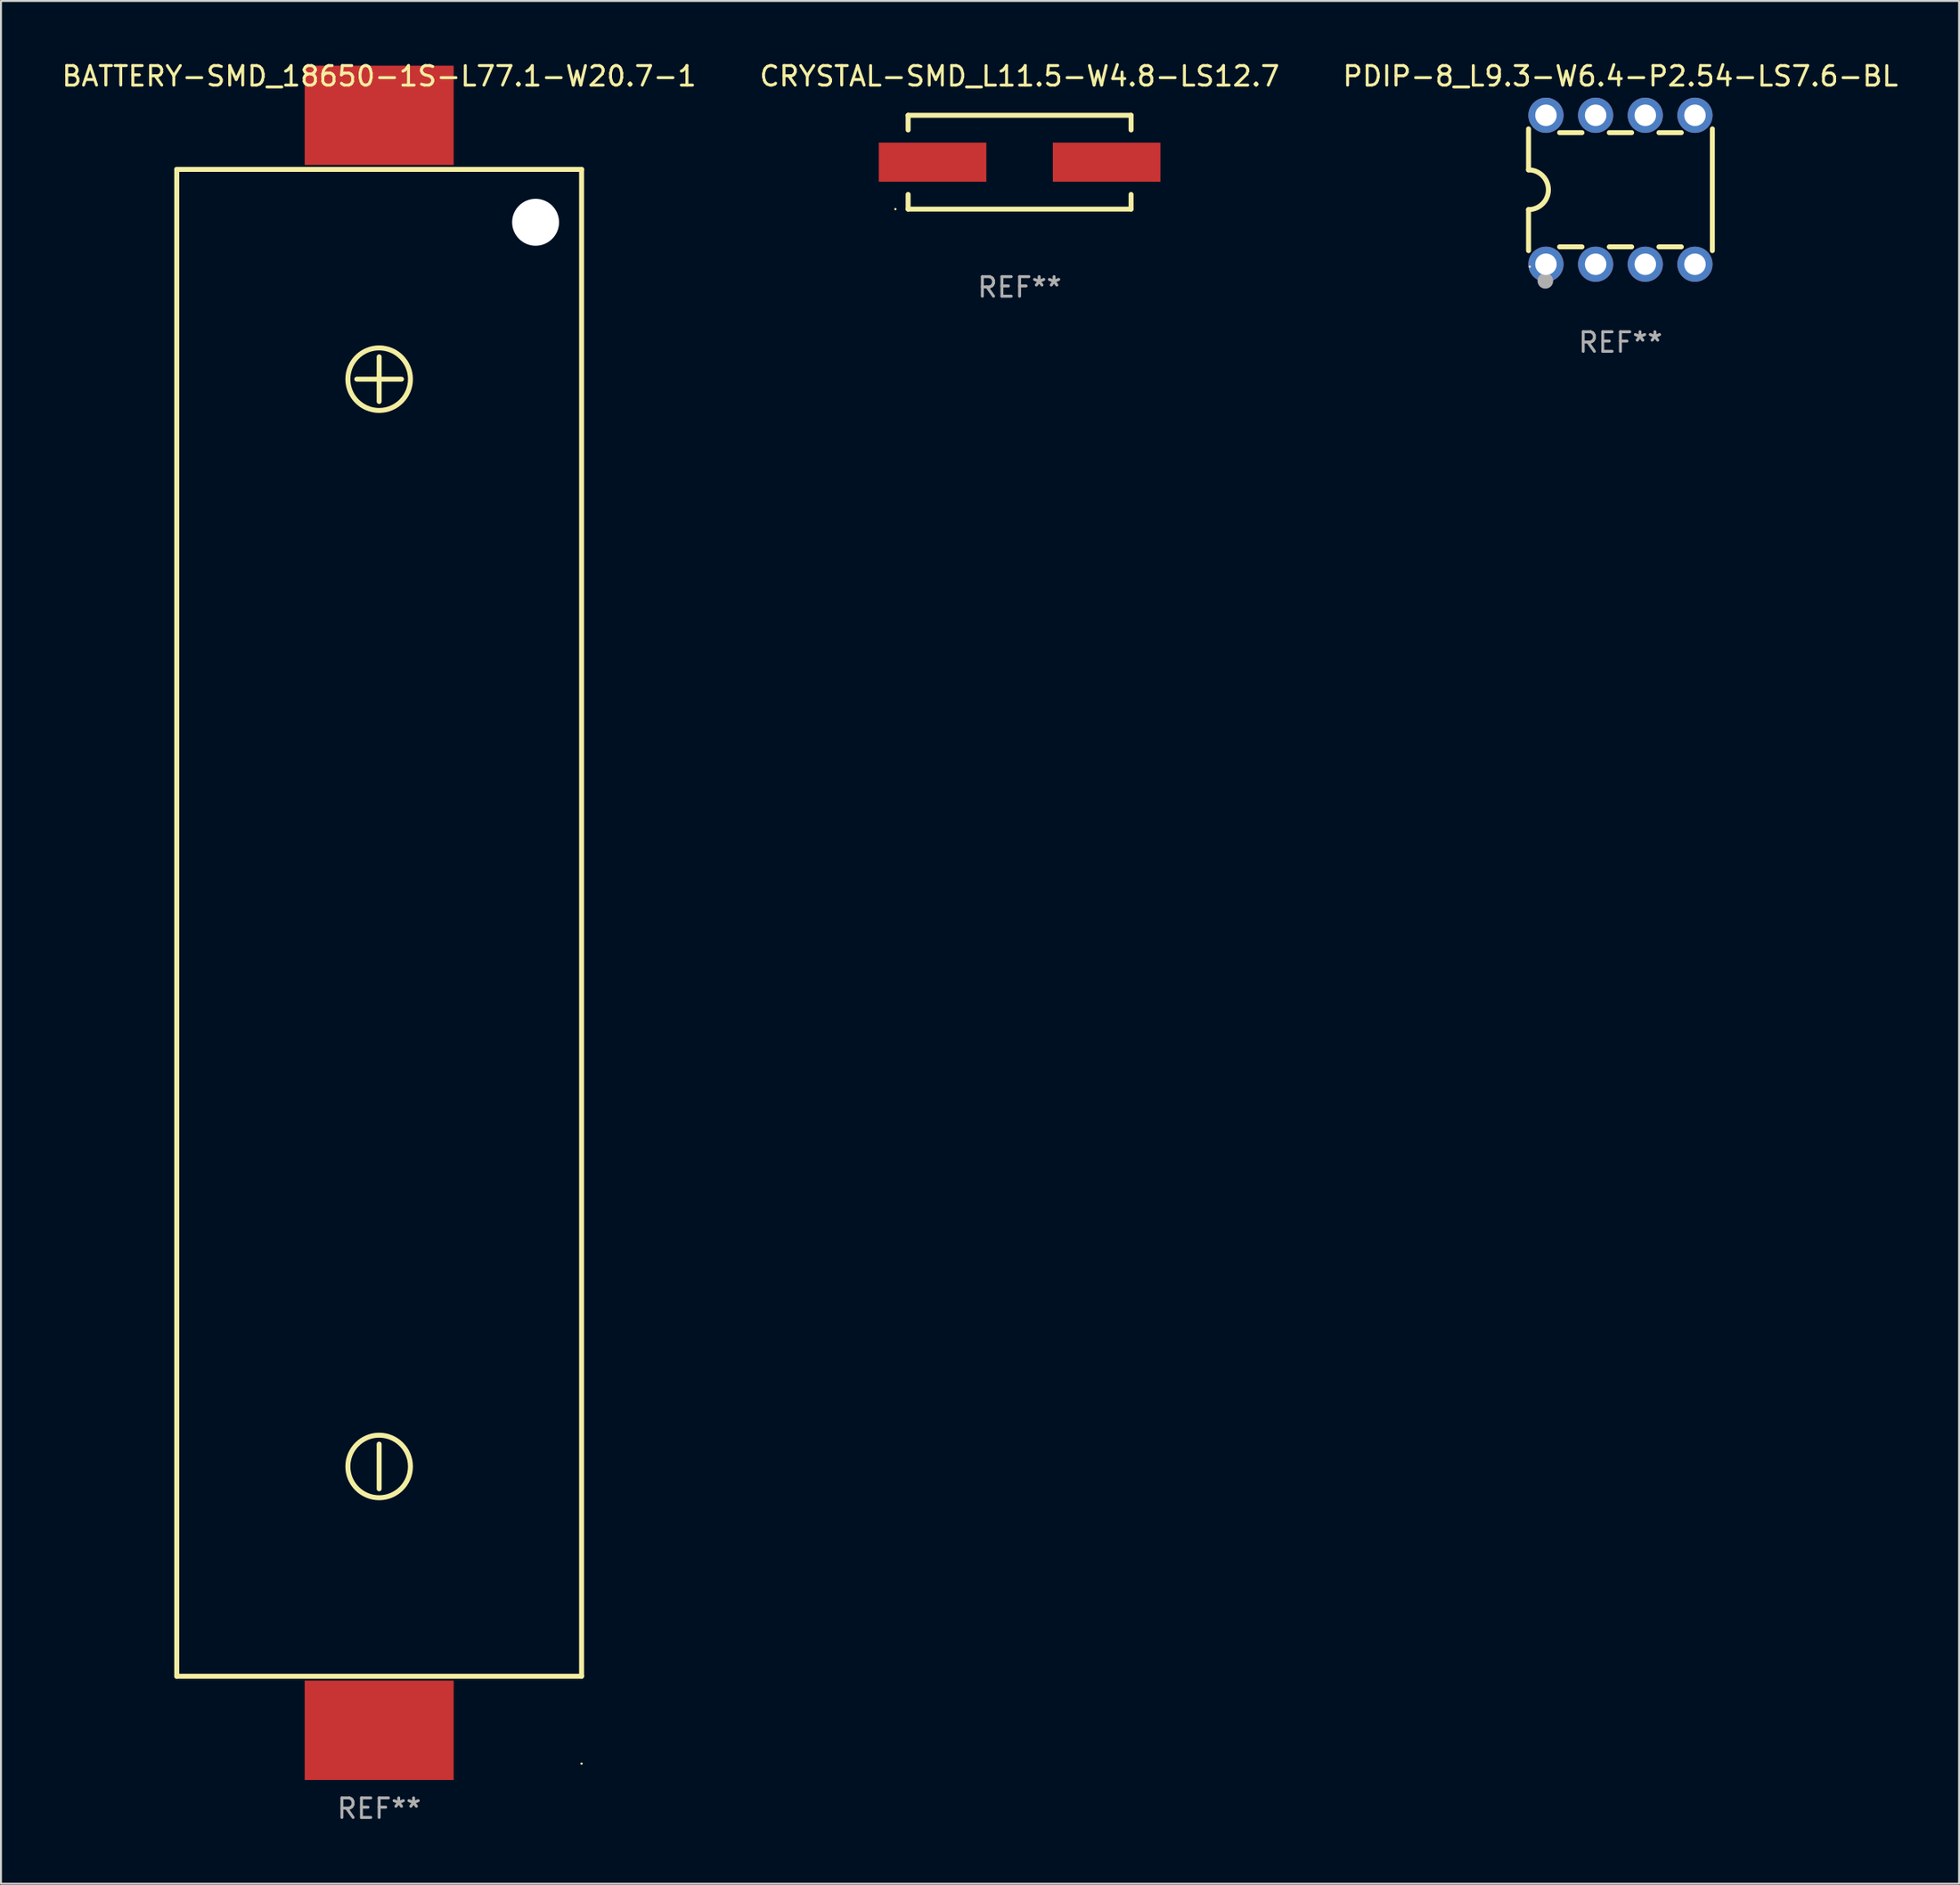
<source format=kicad_pcb>
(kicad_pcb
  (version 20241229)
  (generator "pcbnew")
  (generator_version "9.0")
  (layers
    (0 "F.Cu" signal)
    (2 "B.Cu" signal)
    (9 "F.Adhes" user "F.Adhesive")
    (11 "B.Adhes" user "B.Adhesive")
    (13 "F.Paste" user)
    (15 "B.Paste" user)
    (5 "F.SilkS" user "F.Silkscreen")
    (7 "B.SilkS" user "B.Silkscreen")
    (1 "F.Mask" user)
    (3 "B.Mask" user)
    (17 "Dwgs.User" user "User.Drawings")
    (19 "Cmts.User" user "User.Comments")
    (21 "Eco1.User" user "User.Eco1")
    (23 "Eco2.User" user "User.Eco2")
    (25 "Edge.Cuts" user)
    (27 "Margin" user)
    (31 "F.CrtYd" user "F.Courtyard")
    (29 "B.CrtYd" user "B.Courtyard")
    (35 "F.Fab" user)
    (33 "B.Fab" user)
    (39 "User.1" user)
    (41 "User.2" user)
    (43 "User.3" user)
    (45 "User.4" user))
  (footprint "BATTERY-SMD_18650-1S-L77.1-W20.7-1"
    (layer "F.Cu")
    (at 16.339 44.161)
    (property "Reference" "BATTERY-SMD_18650-1S-L77.1-W20.7-1" (at 0 -43.313 0) (layer "F.SilkS") (effects (font (size 1 1) (thickness 0.15))))
    (attr through_hole)
    (fp_line (start -10.351 -38.545) (end -10.351 38.545) (stroke (width 0.254) (type solid)) (layer "F.SilkS"))
    (fp_line (start -10.351 38.545) (end 10.351 38.545) (stroke (width 0.254) (type solid)) (layer "F.SilkS"))
    (fp_line (start 0 -28.956) (end 0 -26.67) (stroke (width 0.254) (type solid)) (layer "F.SilkS"))
    (fp_line (start 0 26.67) (end 0 28.956) (stroke (width 0.254) (type solid)) (layer "F.SilkS"))
    (fp_line (start 1.143 -27.813) (end -1.143 -27.813) (stroke (width 0.254) (type solid)) (layer "F.SilkS"))
    (fp_line (start 10.351 -38.545) (end -10.351 -38.545) (stroke (width 0.254) (type solid)) (layer "F.SilkS"))
    (fp_line (start 10.351 38.545) (end 10.351 -38.545) (stroke (width 0.254) (type solid)) (layer "F.SilkS"))
    (fp_circle (center 0 -27.813) (end 1.6 -27.813) (stroke (width 0.254) (type solid)) (fill no) (layer "F.SilkS"))
    (fp_circle (center 0 27.813) (end 1.6 27.813) (stroke (width 0.254) (type solid)) (fill no) (layer "F.SilkS"))
    (fp_circle (center 10.35 43.015) (end 10.38 43.015) (stroke (width 0.06) (type solid)) (fill no) (layer "F.SilkS"))
    (fp_circle (center 8 -35.84) (end 8.393 -35.84) (stroke (width 0.786) (type solid)) (fill no) (layer "F.Fab"))
    (fp_text user "REF**" (at 0 45.313 0) (layer "F.Fab") (effects (font (size 1 1) (thickness 0.15))))
    (pad "" np_thru_hole circle (at 8 -35.84) (size 2.4 2.4) (drill 2.4) (layers "*.Cu" "*.Mask"))
    (pad "1" smd rect (at 0 41.313) (size 7.62 5.08) (layers "F.Cu" "F.Mask" "F.Paste"))
    (pad "2" smd rect (at 0 -41.313) (size 7.62 5.08) (layers "F.Cu" "F.Mask" "F.Paste")))
  (footprint "PDIP-8_L9.3-W6.4-P2.54-LS7.6-BL"
    (layer "F.Cu")
    (at 79.815 6.658)
    (property "Reference" "PDIP-8_L9.3-W6.4-P2.54-LS7.6-BL" (at 0 -5.81 0) (layer "F.SilkS") (effects (font (size 1 1) (thickness 0.15))))
    (attr through_hole)
    (fp_line (start -4.7 -1.017) (end -4.7 -3.113) (stroke (width 0.254) (type solid)) (layer "F.SilkS"))
    (fp_line (start -4.7 1.015) (end -4.7 3.113) (stroke (width 0.254) (type solid)) (layer "F.SilkS"))
    (fp_line (start -3.113 2.92) (end -1.967 2.92) (stroke (width 0.254) (type solid)) (layer "F.SilkS"))
    (fp_line (start -3.111 -2.922) (end -1.969 -2.922) (stroke (width 0.254) (type solid)) (layer "F.SilkS"))
    (fp_line (start -0.573 2.92) (end 0.573 2.92) (stroke (width 0.254) (type solid)) (layer "F.SilkS"))
    (fp_line (start -0.571 -2.922) (end 0.571 -2.922) (stroke (width 0.254) (type solid)) (layer "F.SilkS"))
    (fp_line (start 1.967 2.92) (end 3.113 2.92) (stroke (width 0.254) (type solid)) (layer "F.SilkS"))
    (fp_line (start 1.969 -2.922) (end 3.111 -2.922) (stroke (width 0.254) (type solid)) (layer "F.SilkS"))
    (fp_line (start 4.7 -3.113) (end 4.7 3.113) (stroke (width 0.254) (type solid)) (layer "F.SilkS"))
    (fp_arc (start -4.7 -1.016764) (mid -3.683998 -0.000762) (end -4.7 1.01524) (stroke (width 0.254001) (type solid)) (layer "F.SilkS"))
    (fp_circle (center -4.636 3.937) (end -4.606 3.937) (stroke (width 0.06) (type solid)) (fill no) (layer "F.SilkS"))
    (fp_circle (center -3.84 4.66) (end -3.64 4.66) (stroke (width 0.4) (type solid)) (fill no) (layer "F.Fab"))
    (fp_text user "REF**" (at 0 7.81 0) (layer "F.Fab") (effects (font (size 1 1) (thickness 0.15))))
    (pad "1" thru_hole circle (at -3.81 3.81) (size 1.8 1.8) (drill 1.1) (layers "*.Cu" "*.Mask"))
    (pad "2" thru_hole circle (at -1.27 3.81) (size 1.8 1.8) (drill 1.1) (layers "*.Cu" "*.Mask"))
    (pad "3" thru_hole circle (at 1.27 3.81) (size 1.8 1.8) (drill 1.1) (layers "*.Cu" "*.Mask"))
    (pad "4" thru_hole circle (at 3.81 3.81) (size 1.8 1.8) (drill 1.1) (layers "*.Cu" "*.Mask"))
    (pad "5" thru_hole circle (at 3.81 -3.81) (size 1.8 1.8) (drill 1.1) (layers "*.Cu" "*.Mask"))
    (pad "6" thru_hole circle (at 1.27 -3.81) (size 1.8 1.8) (drill 1.1) (layers "*.Cu" "*.Mask"))
    (pad "7" thru_hole circle (at -1.27 -3.81) (size 1.8 1.8) (drill 1.1) (layers "*.Cu" "*.Mask"))
    (pad "8" thru_hole circle (at -3.81 -3.81) (size 1.8 1.8) (drill 1.1) (layers "*.Cu" "*.Mask")))
  (footprint "CRYSTAL-SMD_L11.5-W4.8-LS12.7"
    (layer "F.Cu")
    (at 49.089 5.248)
    (property "Reference" "CRYSTAL-SMD_L11.5-W4.8-LS12.7" (at 0.000051 -4.4 0) (layer "F.SilkS") (effects (font (size 1 1) (thickness 0.15))))
    (attr through_hole)
    (fp_line (start -5.7 -2.4) (end -5.7 -1.65) (stroke (width 0.254) (type solid)) (layer "F.SilkS"))
    (fp_line (start -5.7 2.4) (end -5.7 1.65) (stroke (width 0.254) (type solid)) (layer "F.SilkS"))
    (fp_line (start 5.7 -2.4) (end -5.7 -2.4) (stroke (width 0.254) (type solid)) (layer "F.SilkS"))
    (fp_line (start 5.7 -1.65) (end 5.7 -2.4) (stroke (width 0.254) (type solid)) (layer "F.SilkS"))
    (fp_line (start 5.7 1.65) (end 5.7 2.4) (stroke (width 0.254) (type solid)) (layer "F.SilkS"))
    (fp_line (start 5.7 2.4) (end -5.7 2.4) (stroke (width 0.254) (type solid)) (layer "F.SilkS"))
    (fp_circle (center -6.35 2.4) (end -6.32 2.4) (stroke (width 0.06) (type solid)) (fill no) (layer "F.SilkS"))
    (fp_text user "REF**" (at 0.000051 6.4 0) (layer "F.Fab") (effects (font (size 1 1) (thickness 0.15))))
    (pad "1" smd rect (at -4.45 0) (size 5.5 2) (layers "F.Cu" "F.Mask" "F.Paste"))
    (pad "2" smd rect (at 4.45 0) (size 5.5 2) (layers "F.Cu" "F.Mask" "F.Paste")))
  (gr_rect
    (start -3 -3)
    (end 97.131 93.323)
    (stroke (width 0.1) (type default))
    (fill no)
    (layer "Edge.Cuts")))
</source>
